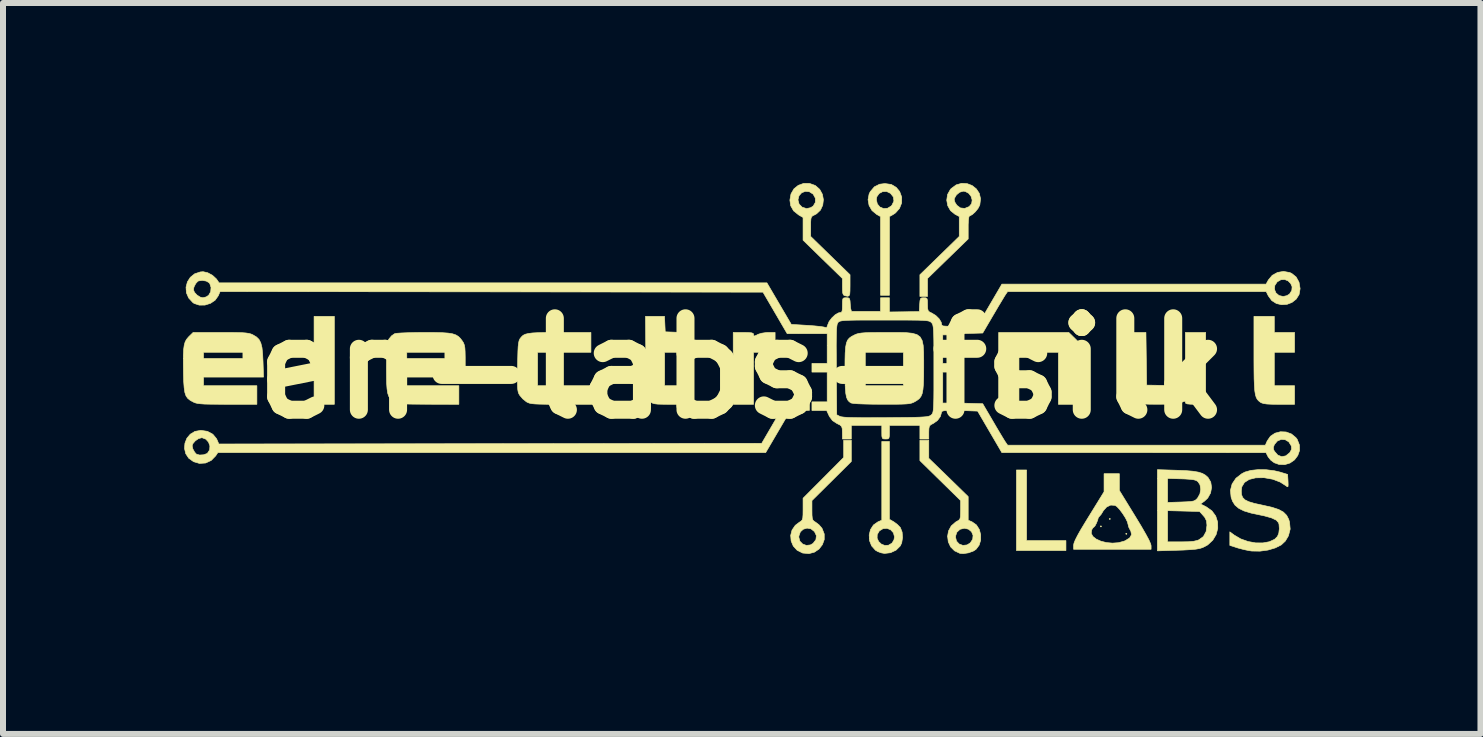
<source format=kicad_pcb>
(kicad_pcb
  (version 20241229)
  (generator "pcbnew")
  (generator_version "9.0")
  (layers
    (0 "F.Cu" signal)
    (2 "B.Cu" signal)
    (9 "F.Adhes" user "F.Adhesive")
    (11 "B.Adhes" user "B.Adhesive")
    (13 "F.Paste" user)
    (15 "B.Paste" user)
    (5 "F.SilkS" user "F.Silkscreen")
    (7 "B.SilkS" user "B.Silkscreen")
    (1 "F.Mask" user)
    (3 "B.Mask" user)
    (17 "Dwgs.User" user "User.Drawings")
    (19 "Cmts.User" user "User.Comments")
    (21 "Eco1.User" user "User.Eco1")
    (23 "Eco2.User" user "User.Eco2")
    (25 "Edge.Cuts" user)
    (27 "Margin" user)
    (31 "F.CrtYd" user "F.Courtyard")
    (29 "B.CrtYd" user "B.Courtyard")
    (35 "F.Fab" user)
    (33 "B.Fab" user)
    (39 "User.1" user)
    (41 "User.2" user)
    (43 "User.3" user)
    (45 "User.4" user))
  (footprint "en-labs-fsilk"
    (layer "F.Cu")
    (at 9.317 3.089)
    (property "Reference" "en-labs-fsilk" (at 0 0 0) (layer "F.SilkS") (effects (font (size 1.524 1.524) (thickness 0.3))))
    (attr through_hole)
    (fp_poly (pts (xy -6.795 0.599) (xy -7.133 0.599) (xy -7.133 -0.867) (xy -6.795 -0.867) (xy -6.795 0.599)) (stroke (width 0.01) (type solid)) (fill yes) (layer "F.SilkS"))
    (fp_poly (pts (xy 5.99 2.633) (xy 5.98 2.643) (xy 5.969 2.633) (xy 5.98 2.623) (xy 5.99 2.633)) (stroke (width 0.01) (type solid)) (fill yes) (layer "F.SilkS"))
    (fp_poly (pts (xy 6.138 2.509) (xy 6.128 2.519) (xy 6.117 2.509) (xy 6.128 2.499) (xy 6.138 2.509)) (stroke (width 0.01) (type solid)) (fill yes) (layer "F.SilkS"))
    (fp_poly (pts (xy 6.413 2.757) (xy 6.403 2.767) (xy 6.392 2.757) (xy 6.403 2.747) (xy 6.413 2.757)) (stroke (width 0.01) (type solid)) (fill yes) (layer "F.SilkS"))
    (fp_poly (pts (xy 4.741 2.87) (xy 5.397 2.87) (xy 5.397 3.036) (xy 4.572 3.036) (xy 4.572 1.693) (xy 4.741 1.693) (xy 4.741 2.87)) (stroke (width 0.01) (type solid)) (fill yes) (layer "F.SilkS"))
    (fp_poly (pts (xy 5.516 -0.529) (xy 5.588 -0.458) (xy 5.588 0.599) (xy 5.271 0.599) (xy 5.271 -0.268) (xy 4.614 -0.268) (xy 4.614 0.599) (xy 4.276 0.599) (xy 4.276 -0.599) (xy 5.444 -0.599) (xy 5.516 -0.529)) (stroke (width 0.01) (type solid)) (fill yes) (layer "F.SilkS"))
    (fp_poly (pts (xy 0.108 -0.597) (xy 0.16 -0.592) (xy 0.185 -0.582) (xy 0.191 -0.568) (xy 0.193 -0.544) (xy 0.207 -0.54) (xy 0.243 -0.555) (xy 0.267 -0.568) (xy 0.325 -0.586) (xy 0.401 -0.597) (xy 0.439 -0.599) (xy 0.55 -0.599) (xy 0.55 -0.268) (xy 0.191 -0.268) (xy 0.191 0.599) (xy -0.148 0.599) (xy -0.148 -0.599) (xy 0.021 -0.599) (xy 0.108 -0.597)) (stroke (width 0.01) (type solid)) (fill yes) (layer "F.SilkS"))
    (fp_poly (pts (xy -1.281 -0.609) (xy -1.117 -0.603) (xy -0.953 -0.597) (xy -0.953 -0.268) (xy -1.291 -0.268) (xy -1.291 0.289) (xy -0.953 0.289) (xy -0.953 0.599) (xy -1.216 0.599) (xy -1.327 0.598) (xy -1.404 0.596) (xy -1.456 0.59) (xy -1.492 0.58) (xy -1.519 0.564) (xy -1.539 0.549) (xy -1.598 0.499) (xy -1.604 -0.184) (xy -1.61 -0.867) (xy -1.293 -0.867) (xy -1.281 -0.609)) (stroke (width 0.01) (type solid)) (fill yes) (layer "F.SilkS"))
    (fp_poly (pts (xy 8.869 -0.599) (xy 9.207 -0.599) (xy 9.207 -0.268) (xy 8.869 -0.268) (xy 8.869 0.289) (xy 9.207 0.289) (xy 9.207 0.599) (xy 8.948 0.599) (xy 8.83 0.598) (xy 8.746 0.594) (xy 8.69 0.586) (xy 8.652 0.573) (xy 8.638 0.565) (xy 8.61 0.543) (xy 8.586 0.517) (xy 8.568 0.484) (xy 8.554 0.437) (xy 8.544 0.374) (xy 8.538 0.289) (xy 8.533 0.179) (xy 8.531 0.038) (xy 8.53 -0.138) (xy 8.53 -0.237) (xy 8.53 -0.867) (xy 8.869 -0.867) (xy 8.869 -0.599)) (stroke (width 0.01) (type solid)) (fill yes) (layer "F.SilkS"))
    (fp_poly (pts (xy 6.736 -0.16) (xy 6.742 0.279) (xy 7.064 0.284) (xy 7.387 0.29) (xy 7.387 -0.599) (xy 7.726 -0.599) (xy 7.726 0.599) (xy 7.556 0.599) (xy 7.47 0.597) (xy 7.418 0.592) (xy 7.393 0.582) (xy 7.387 0.567) (xy 7.383 0.548) (xy 7.363 0.55) (xy 7.325 0.567) (xy 7.29 0.58) (xy 7.24 0.589) (xy 7.168 0.594) (xy 7.067 0.597) (xy 6.931 0.598) (xy 6.907 0.598) (xy 6.78 0.597) (xy 6.671 0.593) (xy 6.585 0.588) (xy 6.529 0.581) (xy 6.514 0.577) (xy 6.485 0.557) (xy 6.462 0.531) (xy 6.444 0.495) (xy 6.432 0.443) (xy 6.423 0.371) (xy 6.417 0.274) (xy 6.415 0.147) (xy 6.414 -0.014) (xy 6.413 -0.082) (xy 6.413 -0.599) (xy 6.73 -0.599) (xy 6.736 -0.16)) (stroke (width 0.01) (type solid)) (fill yes) (layer "F.SilkS"))
    (fp_poly (pts (xy 2.487 -3.065) (xy 2.569 -3.016) (xy 2.626 -2.947) (xy 2.66 -2.854) (xy 2.659 -2.757) (xy 2.623 -2.666) (xy 2.557 -2.591) (xy 2.519 -2.565) (xy 2.456 -2.53) (xy 2.455 -1.218) (xy 2.307 -1.218) (xy 2.307 -2.53) (xy 2.244 -2.565) (xy 2.165 -2.63) (xy 2.116 -2.715) (xy 2.099 -2.811) (xy 2.099 -2.812) (xy 2.237 -2.812) (xy 2.254 -2.74) (xy 2.297 -2.689) (xy 2.357 -2.664) (xy 2.423 -2.668) (xy 2.484 -2.705) (xy 2.497 -2.72) (xy 2.53 -2.788) (xy 2.521 -2.856) (xy 2.473 -2.917) (xy 2.408 -2.948) (xy 2.341 -2.945) (xy 2.283 -2.914) (xy 2.245 -2.859) (xy 2.237 -2.812) (xy 2.099 -2.812) (xy 2.117 -2.907) (xy 2.137 -2.947) (xy 2.205 -3.026) (xy 2.291 -3.069) (xy 2.381 -3.08) (xy 2.487 -3.065)) (stroke (width 0.01) (type solid)) (fill yes) (layer "F.SilkS"))
    (fp_poly (pts (xy 2.455 2.515) (xy 2.528 2.557) (xy 2.586 2.6) (xy 2.634 2.649) (xy 2.638 2.654) (xy 2.667 2.729) (xy 2.674 2.819) (xy 2.66 2.908) (xy 2.636 2.959) (xy 2.566 3.029) (xy 2.474 3.072) (xy 2.374 3.084) (xy 2.318 3.074) (xy 2.261 3.053) (xy 2.222 3.03) (xy 2.158 2.958) (xy 2.123 2.87) (xy 2.121 2.83) (xy 2.25 2.83) (xy 2.276 2.886) (xy 2.32 2.928) (xy 2.378 2.951) (xy 2.44 2.947) (xy 2.498 2.912) (xy 2.53 2.86) (xy 2.54 2.808) (xy 2.522 2.74) (xy 2.477 2.691) (xy 2.416 2.666) (xy 2.349 2.671) (xy 2.288 2.708) (xy 2.287 2.709) (xy 2.252 2.769) (xy 2.25 2.83) (xy 2.121 2.83) (xy 2.118 2.776) (xy 2.14 2.686) (xy 2.189 2.61) (xy 2.263 2.558) (xy 2.328 2.53) (xy 2.328 1.218) (xy 2.455 1.218) (xy 2.455 2.515)) (stroke (width 0.01) (type solid)) (fill yes) (layer "F.SilkS"))
    (fp_poly (pts (xy -2.519 -0.268) (xy -3.408 -0.268) (xy -3.408 0.289) (xy -2.434 0.289) (xy -2.434 0.599) (xy -2.979 0.599) (xy -3.147 0.599) (xy -3.277 0.598) (xy -3.376 0.596) (xy -3.449 0.593) (xy -3.502 0.588) (xy -3.539 0.581) (xy -3.567 0.571) (xy -3.591 0.559) (xy -3.593 0.558) (xy -3.653 0.51) (xy -3.703 0.452) (xy -3.705 0.449) (xy -3.72 0.424) (xy -3.731 0.395) (xy -3.738 0.358) (xy -3.742 0.305) (xy -3.744 0.231) (xy -3.744 0.129) (xy -3.742 -0.007) (xy -3.742 -0.031) (xy -3.739 -0.176) (xy -3.736 -0.285) (xy -3.732 -0.365) (xy -3.725 -0.421) (xy -3.717 -0.46) (xy -3.705 -0.487) (xy -3.699 -0.498) (xy -3.675 -0.527) (xy -3.649 -0.551) (xy -3.613 -0.569) (xy -3.564 -0.581) (xy -3.496 -0.59) (xy -3.404 -0.595) (xy -3.282 -0.598) (xy -3.126 -0.599) (xy -3.036 -0.599) (xy -2.519 -0.599) (xy -2.519 -0.268)) (stroke (width 0.01) (type solid)) (fill yes) (layer "F.SilkS"))
    (fp_poly (pts (xy 3.111 1.498) (xy 3.44 1.817) (xy 3.768 2.137) (xy 3.768 2.53) (xy 3.833 2.558) (xy 3.905 2.609) (xy 3.953 2.684) (xy 3.976 2.771) (xy 3.976 2.863) (xy 3.95 2.947) (xy 3.899 3.015) (xy 3.857 3.043) (xy 3.773 3.074) (xy 3.687 3.087) (xy 3.631 3.083) (xy 3.541 3.041) (xy 3.475 2.975) (xy 3.436 2.891) (xy 3.426 2.808) (xy 3.556 2.808) (xy 3.573 2.879) (xy 3.618 2.927) (xy 3.68 2.95) (xy 3.749 2.942) (xy 3.803 2.908) (xy 3.843 2.848) (xy 3.849 2.783) (xy 3.824 2.723) (xy 3.773 2.68) (xy 3.704 2.664) (xy 3.632 2.682) (xy 3.579 2.731) (xy 3.556 2.8) (xy 3.556 2.808) (xy 3.426 2.808) (xy 3.424 2.8) (xy 3.44 2.709) (xy 3.485 2.626) (xy 3.559 2.561) (xy 3.579 2.549) (xy 3.61 2.532) (xy 3.629 2.51) (xy 3.638 2.475) (xy 3.64 2.416) (xy 3.641 2.36) (xy 3.641 2.202) (xy 2.963 1.537) (xy 2.963 1.198) (xy 3.111 1.198) (xy 3.111 1.498)) (stroke (width 0.01) (type solid)) (fill yes) (layer "F.SilkS"))
    (fp_poly (pts (xy 1.122 0.7) (xy 0.96 0.706) (xy 0.799 0.712) (xy 0.596 1.058) (xy 0.393 1.404) (xy -8.737 1.404) (xy -8.772 1.457) (xy -8.847 1.534) (xy -8.94 1.577) (xy -9.043 1.584) (xy -9.141 1.555) (xy -9.222 1.497) (xy -9.272 1.421) (xy -9.292 1.335) (xy -9.289 1.291) (xy -9.165 1.291) (xy -9.153 1.343) (xy -9.123 1.397) (xy -9.093 1.43) (xy -9.04 1.444) (xy -8.974 1.44) (xy -8.917 1.419) (xy -8.908 1.411) (xy -8.873 1.357) (xy -8.869 1.292) (xy -8.892 1.229) (xy -8.936 1.18) (xy -8.996 1.157) (xy -9.007 1.156) (xy -9.06 1.171) (xy -9.113 1.208) (xy -9.153 1.255) (xy -9.165 1.291) (xy -9.289 1.291) (xy -9.285 1.247) (xy -9.253 1.165) (xy -9.196 1.097) (xy -9.118 1.05) (xy -9.02 1.033) (xy -9.019 1.033) (xy -8.911 1.049) (xy -8.821 1.097) (xy -8.76 1.17) (xy -8.751 1.188) (xy -8.72 1.26) (xy -4.197 1.255) (xy 0.327 1.249) (xy 0.528 0.904) (xy 0.73 0.558) (xy 0.926 0.558) (xy 1.122 0.558) (xy 1.122 0.7)) (stroke (width 0.01) (type solid)) (fill yes) (layer "F.SilkS"))
    (fp_poly (pts (xy -8.537 -0.599) (xy -8.42 -0.597) (xy -8.333 -0.595) (xy -8.269 -0.59) (xy -8.223 -0.583) (xy -8.187 -0.574) (xy -8.156 -0.561) (xy -8.149 -0.557) (xy -8.092 -0.523) (xy -8.05 -0.481) (xy -8.021 -0.425) (xy -8.001 -0.347) (xy -7.99 -0.24) (xy -7.984 -0.119) (xy -7.975 0.145) (xy -8.975 0.145) (xy -8.975 0.289) (xy -8.086 0.289) (xy -8.086 0.599) (xy -8.578 0.599) (xy -8.739 0.598) (xy -8.863 0.597) (xy -8.957 0.595) (xy -9.026 0.59) (xy -9.076 0.584) (xy -9.112 0.575) (xy -9.141 0.563) (xy -9.142 0.563) (xy -9.197 0.533) (xy -9.238 0.5) (xy -9.267 0.459) (xy -9.286 0.403) (xy -9.298 0.324) (xy -9.306 0.218) (xy -9.31 0.077) (xy -9.31 0.067) (xy -9.312 -0.093) (xy -9.312 -0.218) (xy -9.309 -0.268) (xy -8.975 -0.268) (xy -8.975 -0.165) (xy -8.319 -0.165) (xy -8.319 -0.268) (xy -8.975 -0.268) (xy -9.309 -0.268) (xy -9.307 -0.314) (xy -9.297 -0.386) (xy -9.282 -0.44) (xy -9.259 -0.483) (xy -9.229 -0.519) (xy -9.218 -0.531) (xy -9.148 -0.599) (xy -8.69 -0.599) (xy -8.537 -0.599)) (stroke (width 0.01) (type solid)) (fill yes) (layer "F.SilkS"))
    (fp_poly (pts (xy 1.82 1.552) (xy 1.164 2.203) (xy 1.164 2.366) (xy 1.165 2.448) (xy 1.17 2.499) (xy 1.181 2.53) (xy 1.203 2.55) (xy 1.227 2.565) (xy 1.282 2.607) (xy 1.33 2.663) (xy 1.333 2.668) (xy 1.369 2.76) (xy 1.369 2.853) (xy 1.338 2.938) (xy 1.282 3.011) (xy 1.205 3.063) (xy 1.114 3.087) (xy 1.014 3.078) (xy 1.008 3.077) (xy 0.917 3.031) (xy 0.853 2.961) (xy 0.817 2.876) (xy 0.812 2.812) (xy 0.945 2.812) (xy 0.963 2.88) (xy 1.009 2.927) (xy 1.071 2.95) (xy 1.139 2.942) (xy 1.182 2.917) (xy 1.23 2.855) (xy 1.238 2.787) (xy 1.206 2.72) (xy 1.148 2.674) (xy 1.082 2.662) (xy 1.019 2.681) (xy 0.971 2.725) (xy 0.947 2.793) (xy 0.945 2.812) (xy 0.812 2.812) (xy 0.809 2.785) (xy 0.832 2.695) (xy 0.886 2.616) (xy 0.953 2.565) (xy 0.983 2.546) (xy 1.001 2.526) (xy 1.011 2.494) (xy 1.015 2.441) (xy 1.016 2.358) (xy 1.016 2.347) (xy 1.016 2.164) (xy 1.355 1.824) (xy 1.693 1.484) (xy 1.693 1.198) (xy 1.82 1.198) (xy 1.82 1.552)) (stroke (width 0.01) (type solid)) (fill yes) (layer "F.SilkS"))
    (fp_poly (pts (xy 3.75 -3.079) (xy 3.834 -3.047) (xy 3.904 -2.991) (xy 3.953 -2.917) (xy 3.974 -2.827) (xy 3.962 -2.727) (xy 3.959 -2.718) (xy 3.931 -2.664) (xy 3.887 -2.61) (xy 3.838 -2.565) (xy 3.796 -2.541) (xy 3.787 -2.54) (xy 3.779 -2.521) (xy 3.772 -2.47) (xy 3.768 -2.395) (xy 3.768 -2.349) (xy 3.768 -2.157) (xy 3.429 -1.828) (xy 3.09 -1.498) (xy 3.09 -1.198) (xy 2.963 -1.198) (xy 2.963 -1.56) (xy 3.291 -1.879) (xy 3.619 -2.199) (xy 3.619 -2.531) (xy 3.547 -2.569) (xy 3.473 -2.629) (xy 3.427 -2.711) (xy 3.41 -2.804) (xy 3.411 -2.808) (xy 3.535 -2.808) (xy 3.547 -2.768) (xy 3.578 -2.72) (xy 3.579 -2.718) (xy 3.638 -2.674) (xy 3.71 -2.666) (xy 3.784 -2.696) (xy 3.784 -2.696) (xy 3.825 -2.745) (xy 3.834 -2.805) (xy 3.816 -2.867) (xy 3.776 -2.918) (xy 3.718 -2.949) (xy 3.685 -2.953) (xy 3.625 -2.935) (xy 3.572 -2.891) (xy 3.539 -2.835) (xy 3.535 -2.808) (xy 3.411 -2.808) (xy 3.424 -2.898) (xy 3.471 -2.982) (xy 3.484 -2.996) (xy 3.568 -3.058) (xy 3.659 -3.084) (xy 3.75 -3.079)) (stroke (width 0.01) (type solid)) (fill yes) (layer "F.SilkS"))
    (fp_poly (pts (xy 9.127 -1.597) (xy 9.16 -1.582) (xy 9.233 -1.523) (xy 9.281 -1.437) (xy 9.299 -1.331) (xy 9.299 -1.326) (xy 9.282 -1.23) (xy 9.234 -1.154) (xy 9.164 -1.099) (xy 9.081 -1.067) (xy 8.991 -1.061) (xy 8.904 -1.081) (xy 8.827 -1.13) (xy 8.769 -1.209) (xy 8.769 -1.209) (xy 8.734 -1.28) (xy 4.425 -1.28) (xy 4.387 -1.225) (xy 4.364 -1.188) (xy 4.325 -1.123) (xy 4.273 -1.037) (xy 4.215 -0.938) (xy 4.18 -0.879) (xy 4.01 -0.589) (xy 3.804 -0.583) (xy 3.598 -0.577) (xy 3.598 -0.7) (xy 3.762 -0.706) (xy 3.925 -0.712) (xy 4.127 -1.058) (xy 4.278 -1.316) (xy 8.872 -1.316) (xy 8.897 -1.257) (xy 8.948 -1.214) (xy 9.017 -1.198) (xy 9.079 -1.212) (xy 9.123 -1.239) (xy 9.161 -1.299) (xy 9.166 -1.36) (xy 9.142 -1.415) (xy 9.099 -1.458) (xy 9.042 -1.481) (xy 8.979 -1.477) (xy 8.918 -1.442) (xy 8.878 -1.382) (xy 8.872 -1.316) (xy 4.278 -1.316) (xy 4.329 -1.404) (xy 6.53 -1.404) (xy 8.732 -1.404) (xy 8.77 -1.473) (xy 8.835 -1.551) (xy 8.923 -1.599) (xy 9.023 -1.616) (xy 9.127 -1.597)) (stroke (width 0.01) (type solid)) (fill yes) (layer "F.SilkS"))
    (fp_poly (pts (xy 3.804 0.583) (xy 4.01 0.589) (xy 4.18 0.879) (xy 4.24 0.982) (xy 4.296 1.076) (xy 4.343 1.154) (xy 4.376 1.208) (xy 4.387 1.225) (xy 4.425 1.28) (xy 8.72 1.28) (xy 8.751 1.209) (xy 8.805 1.131) (xy 8.881 1.08) (xy 8.972 1.056) (xy 9.066 1.06) (xy 9.155 1.093) (xy 9.229 1.154) (xy 9.251 1.183) (xy 9.288 1.277) (xy 9.29 1.369) (xy 9.26 1.453) (xy 9.206 1.525) (xy 9.131 1.577) (xy 9.044 1.604) (xy 8.948 1.601) (xy 8.869 1.573) (xy 8.811 1.53) (xy 8.767 1.476) (xy 8.764 1.47) (xy 8.731 1.405) (xy 6.53 1.404) (xy 4.329 1.404) (xy 4.279 1.318) (xy 8.853 1.318) (xy 8.859 1.357) (xy 8.872 1.382) (xy 8.927 1.445) (xy 8.992 1.471) (xy 9.06 1.458) (xy 9.124 1.407) (xy 9.13 1.399) (xy 9.157 1.349) (xy 9.154 1.299) (xy 9.15 1.288) (xy 9.11 1.224) (xy 9.051 1.189) (xy 8.984 1.184) (xy 8.921 1.21) (xy 8.872 1.267) (xy 8.871 1.269) (xy 8.853 1.318) (xy 4.279 1.318) (xy 4.127 1.058) (xy 3.925 0.712) (xy 3.762 0.706) (xy 3.598 0.7) (xy 3.598 0.577) (xy 3.804 0.583)) (stroke (width 0.01) (type solid)) (fill yes) (layer "F.SilkS"))
    (fp_poly (pts (xy 1.125 -3.082) (xy 1.221 -3.047) (xy 1.293 -2.984) (xy 1.338 -2.902) (xy 1.355 -2.811) (xy 1.344 -2.72) (xy 1.306 -2.638) (xy 1.241 -2.576) (xy 1.208 -2.558) (xy 1.176 -2.543) (xy 1.157 -2.524) (xy 1.147 -2.493) (xy 1.143 -2.439) (xy 1.143 -2.364) (xy 1.143 -2.199) (xy 1.471 -1.879) (xy 1.799 -1.56) (xy 1.799 -1.379) (xy 1.798 -1.29) (xy 1.794 -1.235) (xy 1.781 -1.209) (xy 1.757 -1.202) (xy 1.717 -1.21) (xy 1.709 -1.212) (xy 1.689 -1.224) (xy 1.677 -1.254) (xy 1.673 -1.31) (xy 1.672 -1.36) (xy 1.672 -1.498) (xy 1.344 -1.817) (xy 1.016 -2.137) (xy 1.016 -2.515) (xy 0.943 -2.557) (xy 0.858 -2.625) (xy 0.81 -2.71) (xy 0.796 -2.806) (xy 0.797 -2.808) (xy 0.931 -2.808) (xy 0.95 -2.738) (xy 1 -2.687) (xy 1.071 -2.664) (xy 1.079 -2.664) (xy 1.142 -2.678) (xy 1.185 -2.705) (xy 1.221 -2.767) (xy 1.221 -2.836) (xy 1.185 -2.902) (xy 1.182 -2.905) (xy 1.12 -2.944) (xy 1.053 -2.95) (xy 0.992 -2.926) (xy 0.948 -2.876) (xy 0.931 -2.808) (xy 0.797 -2.808) (xy 0.815 -2.908) (xy 0.864 -2.992) (xy 0.937 -3.051) (xy 1.027 -3.083) (xy 1.125 -3.082)) (stroke (width 0.01) (type solid)) (fill yes) (layer "F.SilkS"))
    (fp_poly (pts (xy -5.129 -0.598) (xy -4.999 -0.595) (xy -4.899 -0.588) (xy -4.825 -0.576) (xy -4.769 -0.557) (xy -4.727 -0.531) (xy -4.692 -0.496) (xy -4.662 -0.456) (xy -4.642 -0.424) (xy -4.629 -0.389) (xy -4.62 -0.343) (xy -4.616 -0.279) (xy -4.614 -0.186) (xy -4.614 -0.121) (xy -4.614 0.145) (xy -5.588 0.145) (xy -5.588 0.289) (xy -4.72 0.289) (xy -4.72 0.599) (xy -5.212 0.598) (xy -5.371 0.597) (xy -5.494 0.596) (xy -5.586 0.594) (xy -5.654 0.59) (xy -5.703 0.583) (xy -5.74 0.575) (xy -5.769 0.563) (xy -5.783 0.556) (xy -5.829 0.53) (xy -5.863 0.502) (xy -5.889 0.465) (xy -5.906 0.413) (xy -5.917 0.342) (xy -5.924 0.246) (xy -5.926 0.118) (xy -5.927 -0.014) (xy -5.926 -0.156) (xy -5.925 -0.263) (xy -5.925 -0.268) (xy -5.588 -0.268) (xy -5.588 -0.165) (xy -4.953 -0.165) (xy -4.953 -0.268) (xy -5.588 -0.268) (xy -5.925 -0.268) (xy -5.922 -0.341) (xy -5.917 -0.397) (xy -5.909 -0.437) (xy -5.898 -0.467) (xy -5.884 -0.491) (xy -5.842 -0.542) (xy -5.793 -0.576) (xy -5.788 -0.579) (xy -5.751 -0.585) (xy -5.678 -0.59) (xy -5.579 -0.594) (xy -5.458 -0.597) (xy -5.325 -0.599) (xy -5.296 -0.599) (xy -5.129 -0.598)) (stroke (width 0.01) (type solid)) (fill yes) (layer "F.SilkS"))
    (fp_poly (pts (xy 6.287 1.895) (xy 6.287 2.034) (xy 6.551 2.464) (xy 6.651 2.629) (xy 6.727 2.761) (xy 6.78 2.859) (xy 6.809 2.926) (xy 6.816 2.955) (xy 6.816 3.015) (xy 5.524 3.015) (xy 5.524 2.947) (xy 5.531 2.912) (xy 5.552 2.86) (xy 5.589 2.787) (xy 5.61 2.749) (xy 5.818 2.749) (xy 5.846 2.801) (xy 5.902 2.845) (xy 5.98 2.88) (xy 6.072 2.903) (xy 6.172 2.912) (xy 6.273 2.905) (xy 6.367 2.879) (xy 6.388 2.87) (xy 6.46 2.824) (xy 6.49 2.771) (xy 6.478 2.712) (xy 6.468 2.695) (xy 6.443 2.645) (xy 6.434 2.608) (xy 6.421 2.558) (xy 6.388 2.491) (xy 6.342 2.419) (xy 6.292 2.352) (xy 6.245 2.302) (xy 6.215 2.283) (xy 6.143 2.278) (xy 6.075 2.31) (xy 6.019 2.373) (xy 6.012 2.386) (xy 5.984 2.432) (xy 5.959 2.461) (xy 5.958 2.462) (xy 5.937 2.487) (xy 5.935 2.493) (xy 5.924 2.533) (xy 5.904 2.582) (xy 5.882 2.624) (xy 5.865 2.643) (xy 5.864 2.643) (xy 5.845 2.66) (xy 5.826 2.692) (xy 5.818 2.749) (xy 5.61 2.749) (xy 5.644 2.689) (xy 5.72 2.563) (xy 5.779 2.467) (xy 6.032 2.056) (xy 6.032 1.755) (xy 6.287 1.755) (xy 6.287 1.895)) (stroke (width 0.01) (type solid)) (fill yes) (layer "F.SilkS"))
    (fp_poly (pts (xy 2.592 -0.599) (xy 2.731 -0.596) (xy 2.836 -0.585) (xy 2.914 -0.563) (xy 2.966 -0.525) (xy 3 -0.466) (xy 3.018 -0.383) (xy 3.025 -0.271) (xy 3.027 -0.126) (xy 3.027 -0.02) (xy 3.026 0.138) (xy 3.022 0.26) (xy 3.014 0.352) (xy 3.001 0.42) (xy 2.98 0.469) (xy 2.951 0.506) (xy 2.911 0.536) (xy 2.88 0.554) (xy 2.852 0.569) (xy 2.821 0.58) (xy 2.784 0.588) (xy 2.732 0.593) (xy 2.661 0.596) (xy 2.563 0.598) (xy 2.434 0.598) (xy 2.325 0.598) (xy 2.169 0.597) (xy 2.036 0.594) (xy 1.929 0.59) (xy 1.854 0.584) (xy 1.817 0.577) (xy 1.815 0.577) (xy 1.783 0.554) (xy 1.758 0.524) (xy 1.74 0.48) (xy 1.728 0.418) (xy 1.72 0.332) (xy 1.716 0.218) (xy 1.715 0.068) (xy 1.714 0.02) (xy 1.715 -0.138) (xy 1.718 -0.26) (xy 1.719 -0.268) (xy 2.053 -0.268) (xy 2.053 0.289) (xy 2.688 0.289) (xy 2.688 -0.268) (xy 2.053 -0.268) (xy 1.719 -0.268) (xy 1.725 -0.352) (xy 1.738 -0.42) (xy 1.757 -0.469) (xy 1.786 -0.504) (xy 1.824 -0.532) (xy 1.874 -0.558) (xy 1.874 -0.558) (xy 1.907 -0.572) (xy 1.943 -0.582) (xy 1.989 -0.589) (xy 2.051 -0.594) (xy 2.135 -0.597) (xy 2.249 -0.598) (xy 2.397 -0.599) (xy 2.415 -0.599) (xy 2.592 -0.599)) (stroke (width 0.01) (type solid)) (fill yes) (layer "F.SilkS"))
    (fp_poly (pts (xy 7.244 1.698) (xy 7.397 1.704) (xy 7.514 1.714) (xy 7.603 1.729) (xy 7.67 1.75) (xy 7.722 1.78) (xy 7.764 1.817) (xy 7.81 1.894) (xy 7.824 1.984) (xy 7.807 2.077) (xy 7.76 2.161) (xy 7.706 2.212) (xy 7.64 2.26) (xy 7.736 2.308) (xy 7.83 2.375) (xy 7.893 2.461) (xy 7.925 2.561) (xy 7.927 2.666) (xy 7.9 2.769) (xy 7.844 2.863) (xy 7.759 2.942) (xy 7.678 2.985) (xy 7.628 3.001) (xy 7.562 3.013) (xy 7.472 3.021) (xy 7.351 3.028) (xy 7.255 3.031) (xy 6.921 3.041) (xy 6.921 2.891) (xy 7.091 2.891) (xy 7.315 2.891) (xy 7.438 2.889) (xy 7.527 2.881) (xy 7.59 2.866) (xy 7.612 2.857) (xy 7.688 2.802) (xy 7.733 2.719) (xy 7.747 2.614) (xy 7.739 2.54) (xy 7.71 2.482) (xy 7.685 2.453) (xy 7.624 2.385) (xy 7.357 2.378) (xy 7.091 2.371) (xy 7.091 2.891) (xy 6.921 2.891) (xy 6.921 2.234) (xy 7.091 2.234) (xy 7.315 2.227) (xy 7.415 2.223) (xy 7.483 2.218) (xy 7.526 2.21) (xy 7.556 2.195) (xy 7.58 2.173) (xy 7.59 2.162) (xy 7.629 2.093) (xy 7.643 2.015) (xy 7.631 1.94) (xy 7.597 1.888) (xy 7.569 1.869) (xy 7.53 1.857) (xy 7.469 1.849) (xy 7.38 1.843) (xy 7.322 1.841) (xy 7.091 1.834) (xy 7.091 2.234) (xy 6.921 2.234) (xy 6.921 1.688) (xy 7.244 1.698)) (stroke (width 0.01) (type solid)) (fill yes) (layer "F.SilkS"))
    (fp_poly (pts (xy 8.736 1.689) (xy 8.87 1.706) (xy 8.964 1.728) (xy 9.091 1.767) (xy 9.098 1.879) (xy 9.1 1.942) (xy 9.097 1.971) (xy 9.085 1.973) (xy 9.066 1.958) (xy 8.966 1.894) (xy 8.841 1.847) (xy 8.706 1.823) (xy 8.697 1.822) (xy 8.559 1.824) (xy 8.45 1.851) (xy 8.372 1.901) (xy 8.328 1.974) (xy 8.319 2.043) (xy 8.323 2.104) (xy 8.342 2.152) (xy 8.379 2.19) (xy 8.441 2.221) (xy 8.533 2.249) (xy 8.661 2.277) (xy 8.689 2.283) (xy 8.834 2.316) (xy 8.943 2.352) (xy 9.021 2.395) (xy 9.075 2.449) (xy 9.11 2.517) (xy 9.123 2.562) (xy 9.134 2.678) (xy 9.105 2.79) (xy 9.053 2.878) (xy 8.985 2.942) (xy 8.885 2.992) (xy 8.763 3.028) (xy 8.63 3.046) (xy 8.494 3.044) (xy 8.44 3.036) (xy 8.357 3.018) (xy 8.265 2.994) (xy 8.234 2.984) (xy 8.128 2.95) (xy 8.128 2.724) (xy 8.201 2.778) (xy 8.31 2.842) (xy 8.431 2.885) (xy 8.557 2.908) (xy 8.678 2.909) (xy 8.787 2.889) (xy 8.875 2.848) (xy 8.922 2.801) (xy 8.944 2.747) (xy 8.953 2.673) (xy 8.948 2.6) (xy 8.94 2.572) (xy 8.902 2.529) (xy 8.821 2.491) (xy 8.699 2.457) (xy 8.64 2.445) (xy 8.484 2.412) (xy 8.365 2.376) (xy 8.278 2.333) (xy 8.215 2.28) (xy 8.173 2.214) (xy 8.149 2.146) (xy 8.138 2.033) (xy 8.166 1.926) (xy 8.23 1.831) (xy 8.328 1.755) (xy 8.382 1.727) (xy 8.479 1.7) (xy 8.601 1.687) (xy 8.736 1.689)) (stroke (width 0.01) (type solid)) (fill yes) (layer "F.SilkS"))
    (fp_poly (pts (xy -8.906 -1.594) (xy -8.826 -1.551) (xy -8.762 -1.492) (xy -8.751 -1.477) (xy -8.716 -1.425) (xy 0.414 -1.425) (xy 0.617 -1.079) (xy 0.82 -0.733) (xy 1.103 -0.716) (xy 1.208 -0.708) (xy 1.298 -0.699) (xy 1.363 -0.689) (xy 1.397 -0.68) (xy 1.399 -0.678) (xy 1.411 -0.681) (xy 1.424 -0.716) (xy 1.426 -0.723) (xy 1.45 -0.781) (xy 1.496 -0.841) (xy 1.551 -0.893) (xy 1.604 -0.924) (xy 1.628 -0.929) (xy 1.652 -0.933) (xy 1.666 -0.952) (xy 1.671 -0.994) (xy 1.672 -1.053) (xy 1.673 -1.122) (xy 1.679 -1.159) (xy 1.695 -1.174) (xy 1.725 -1.177) (xy 1.735 -1.177) (xy 1.77 -1.175) (xy 1.79 -1.161) (xy 1.799 -1.126) (xy 1.803 -1.063) (xy 1.809 -1.001) (xy 1.819 -0.96) (xy 1.826 -0.95) (xy 1.852 -0.95) (xy 1.912 -0.95) (xy 1.995 -0.95) (xy 2.074 -0.95) (xy 2.307 -0.95) (xy 2.307 -1.177) (xy 2.455 -1.177) (xy 2.455 -0.94) (xy 2.704 -0.943) (xy 2.953 -0.947) (xy 2.959 -1.062) (xy 2.964 -1.127) (xy 2.973 -1.162) (xy 2.993 -1.175) (xy 3.028 -1.177) (xy 3.064 -1.175) (xy 3.082 -1.162) (xy 3.089 -1.129) (xy 3.09 -1.064) (xy 3.092 -0.998) (xy 3.101 -0.961) (xy 3.124 -0.939) (xy 3.161 -0.922) (xy 3.227 -0.882) (xy 3.283 -0.827) (xy 3.318 -0.769) (xy 3.323 -0.741) (xy 3.329 -0.719) (xy 3.351 -0.707) (xy 3.401 -0.703) (xy 3.45 -0.702) (xy 3.577 -0.702) (xy 3.577 -0.558) (xy 3.344 -0.558) (xy 3.344 -0.083) (xy 3.577 -0.083) (xy 3.577 0.062) (xy 3.344 0.062) (xy 3.344 0.578) (xy 3.461 0.578) (xy 3.527 0.579) (xy 3.562 0.586) (xy 3.575 0.604) (xy 3.577 0.639) (xy 3.577 0.64) (xy 3.576 0.674) (xy 3.564 0.693) (xy 3.532 0.701) (xy 3.471 0.702) (xy 3.45 0.702) (xy 3.377 0.704) (xy 3.338 0.712) (xy 3.324 0.729) (xy 3.323 0.734) (xy 3.305 0.801) (xy 3.258 0.866) (xy 3.192 0.914) (xy 3.187 0.917) (xy 3.143 0.94) (xy 3.121 0.964) (xy 3.113 1.005) (xy 3.111 1.064) (xy 3.111 1.177) (xy 2.963 1.177) (xy 2.963 0.95) (xy 2.455 0.95) (xy 2.455 1.063) (xy 2.454 1.128) (xy 2.447 1.162) (xy 2.429 1.175) (xy 2.393 1.177) (xy 2.392 1.177) (xy 2.356 1.175) (xy 2.337 1.163) (xy 2.329 1.129) (xy 2.328 1.065) (xy 2.328 0.95) (xy 1.82 0.95) (xy 1.82 1.177) (xy 1.672 1.177) (xy 1.671 1.069) (xy 1.669 1.005) (xy 1.658 0.968) (xy 1.63 0.943) (xy 1.581 0.919) (xy 1.507 0.871) (xy 1.456 0.802) (xy 1.45 0.79) (xy 1.409 0.702) (xy 1.164 0.702) (xy 1.164 0.558) (xy 1.418 0.558) (xy 1.418 0.062) (xy 1.164 0.062) (xy 1.164 -0.083) (xy 1.418 -0.083) (xy 1.418 -0.382) (xy 1.569 -0.382) (xy 1.57 -0.233) (xy 1.571 -0.048) (xy 1.571 0.022) (xy 1.577 0.773) (xy 1.63 0.8) (xy 1.655 0.807) (xy 1.7 0.813) (xy 1.767 0.818) (xy 1.861 0.82) (xy 1.986 0.822) (xy 2.144 0.822) (xy 2.341 0.821) (xy 2.395 0.821) (xy 2.588 0.819) (xy 2.744 0.818) (xy 2.866 0.816) (xy 2.959 0.813) (xy 3.027 0.809) (xy 3.076 0.805) (xy 3.109 0.798) (xy 3.131 0.79) (xy 3.147 0.78) (xy 3.152 0.776) (xy 3.163 0.765) (xy 3.173 0.751) (xy 3.18 0.729) (xy 3.186 0.696) (xy 3.19 0.648) (xy 3.193 0.58) (xy 3.195 0.488) (xy 3.196 0.368) (xy 3.196 0.215) (xy 3.196 0.026) (xy 3.196 0.007) (xy 3.196 -0.186) (xy 3.196 -0.342) (xy 3.195 -0.465) (xy 3.193 -0.56) (xy 3.19 -0.63) (xy 3.186 -0.68) (xy 3.18 -0.715) (xy 3.173 -0.738) (xy 3.164 -0.753) (xy 3.154 -0.764) (xy 3.141 -0.775) (xy 3.124 -0.784) (xy 3.1 -0.791) (xy 3.063 -0.796) (xy 3.009 -0.8) (xy 2.934 -0.803) (xy 2.833 -0.804) (xy 2.702 -0.805) (xy 2.537 -0.805) (xy 2.374 -0.805) (xy 2.177 -0.805) (xy 2.018 -0.805) (xy 1.893 -0.804) (xy 1.797 -0.802) (xy 1.726 -0.799) (xy 1.676 -0.795) (xy 1.642 -0.789) (xy 1.621 -0.782) (xy 1.607 -0.773) (xy 1.601 -0.767) (xy 1.592 -0.754) (xy 1.584 -0.734) (xy 1.579 -0.702) (xy 1.574 -0.655) (xy 1.572 -0.589) (xy 1.57 -0.499) (xy 1.569 -0.382) (xy 1.418 -0.382) (xy 1.418 -0.578) (xy 1.085 -0.578) (xy 0.751 -0.579) (xy 0.55 -0.924) (xy 0.348 -1.27) (xy -4.176 -1.275) (xy -8.699 -1.28) (xy -8.73 -1.209) (xy -8.782 -1.136) (xy -8.859 -1.084) (xy -8.951 -1.055) (xy -9.046 -1.054) (xy -9.131 -1.082) (xy -9.152 -1.096) (xy -9.223 -1.173) (xy -9.261 -1.261) (xy -9.264 -1.312) (xy -9.144 -1.312) (xy -9.126 -1.267) (xy -9.083 -1.221) (xy -9.029 -1.187) (xy -8.986 -1.177) (xy -8.931 -1.191) (xy -8.89 -1.218) (xy -8.856 -1.277) (xy -8.85 -1.348) (xy -8.871 -1.413) (xy -8.883 -1.428) (xy -8.93 -1.455) (xy -8.996 -1.466) (xy -9.056 -1.458) (xy -9.072 -1.45) (xy -9.106 -1.412) (xy -9.134 -1.357) (xy -9.144 -1.312) (xy -9.264 -1.312) (xy -9.267 -1.353) (xy -9.244 -1.441) (xy -9.195 -1.518) (xy -9.123 -1.576) (xy -9.029 -1.607) (xy -8.982 -1.611) (xy -8.906 -1.594)) (stroke (width 0.01) (type solid)) (fill yes) (layer "F.SilkS")))
  (gr_rect
    (start -3 -3)
    (end 21.622 9.181)
    (stroke (width 0.1) (type default))
    (fill no)
    (layer "Edge.Cuts")))
</source>
